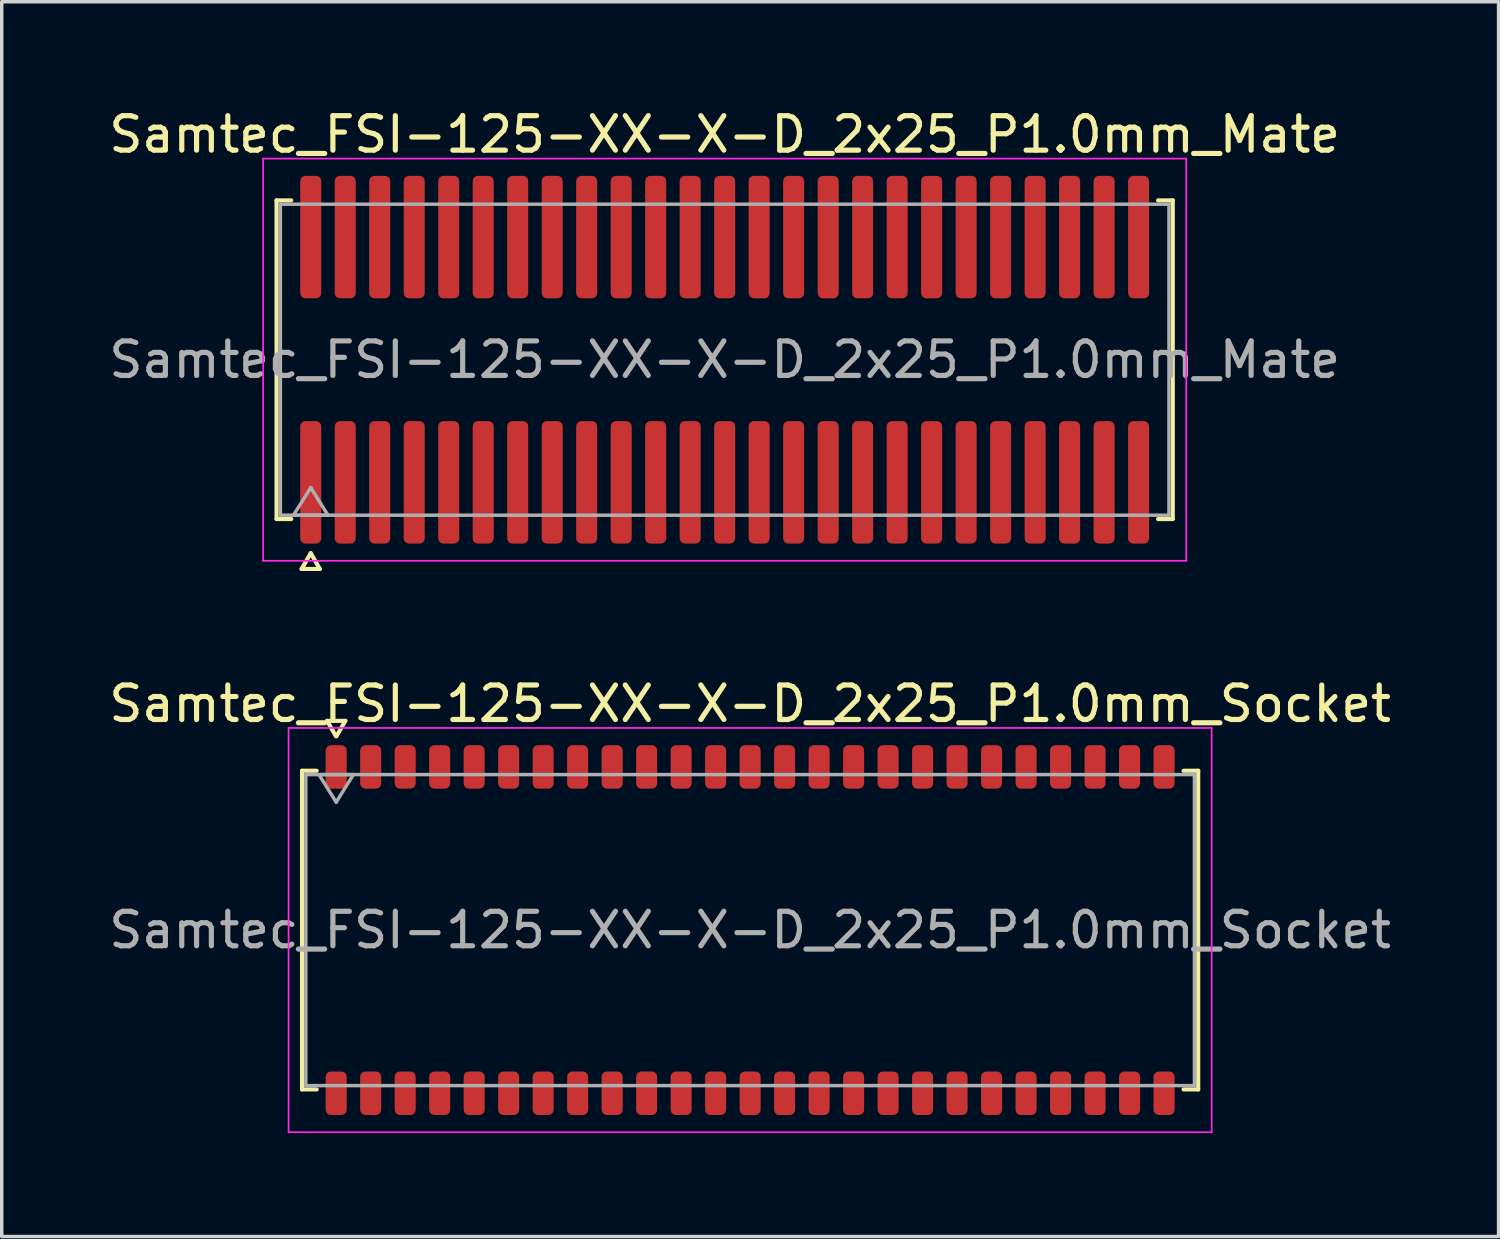
<source format=kicad_pcb>
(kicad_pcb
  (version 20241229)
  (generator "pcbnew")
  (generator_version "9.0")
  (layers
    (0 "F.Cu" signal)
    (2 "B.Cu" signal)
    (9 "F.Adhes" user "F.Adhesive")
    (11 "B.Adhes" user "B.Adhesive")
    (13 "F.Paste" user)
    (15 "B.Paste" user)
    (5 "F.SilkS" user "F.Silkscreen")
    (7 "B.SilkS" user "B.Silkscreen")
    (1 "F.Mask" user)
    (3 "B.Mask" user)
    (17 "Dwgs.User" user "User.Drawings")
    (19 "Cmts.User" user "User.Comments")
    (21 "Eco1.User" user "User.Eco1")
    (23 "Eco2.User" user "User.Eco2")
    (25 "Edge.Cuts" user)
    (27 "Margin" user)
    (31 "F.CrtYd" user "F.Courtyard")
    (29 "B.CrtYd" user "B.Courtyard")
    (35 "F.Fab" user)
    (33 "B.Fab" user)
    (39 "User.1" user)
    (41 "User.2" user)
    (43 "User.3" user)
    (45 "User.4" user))
  (footprint "Samtec_FSI-125-XX-X-D_2x25_P1.0mm_Socket"
    (layer "F.Cu")
    (at 18.696 23.913)
    (property "Reference" "Samtec_FSI-125-XX-X-D_2x25_P1.0mm_Socket" (at 0 -6.56 0) (layer "F.SilkS") (effects (font (size 1 1) (thickness 0.15))))
    (attr smd)
    (fp_line (start -12.99 -4.619) (end -12.565 -4.619) (stroke (width 0.12) (type solid)) (layer "F.SilkS"))
    (fp_line (start -12.99 4.619) (end -12.99 -4.619) (stroke (width 0.12) (type solid)) (layer "F.SilkS"))
    (fp_line (start -12.565 4.619) (end -12.99 4.619) (stroke (width 0.12) (type solid)) (layer "F.SilkS"))
    (fp_line (start -12.264 -6.066) (end -12.007 -5.62) (stroke (width 0.12) (type solid)) (layer "F.SilkS"))
    (fp_line (start -11.993 -5.62) (end -11.736 -6.066) (stroke (width 0.12) (type solid)) (layer "F.SilkS"))
    (fp_line (start -11.736 -6.066) (end -12.264 -6.066) (stroke (width 0.12) (type solid)) (layer "F.SilkS"))
    (fp_line (start 12.565 -4.619) (end 12.99 -4.619) (stroke (width 0.12) (type solid)) (layer "F.SilkS"))
    (fp_line (start 12.99 -4.619) (end 12.99 4.619) (stroke (width 0.12) (type solid)) (layer "F.SilkS"))
    (fp_line (start 12.99 4.619) (end 12.565 4.619) (stroke (width 0.12) (type solid)) (layer "F.SilkS"))
    (fp_line (start -13.38 -5.86) (end -13.38 5.86) (stroke (width 0.05) (type solid)) (layer "F.CrtYd"))
    (fp_line (start -13.38 5.86) (end 13.38 5.86) (stroke (width 0.05) (type solid)) (layer "F.CrtYd"))
    (fp_line (start 13.38 -5.86) (end -13.38 -5.86) (stroke (width 0.05) (type solid)) (layer "F.CrtYd"))
    (fp_line (start 13.38 5.86) (end 13.38 -5.86) (stroke (width 0.05) (type solid)) (layer "F.CrtYd"))
    (fp_line (start -12.88 -4.508) (end 12.88 -4.508) (stroke (width 0.1) (type solid)) (layer "F.Fab"))
    (fp_line (start -12.88 4.508) (end -12.88 -4.508) (stroke (width 0.1) (type solid)) (layer "F.Fab"))
    (fp_line (start -12.5 -4.508) (end -12 -3.708) (stroke (width 0.1) (type solid)) (layer "F.Fab"))
    (fp_line (start -12 -3.708) (end -11.5 -4.508) (stroke (width 0.1) (type solid)) (layer "F.Fab"))
    (fp_line (start -11.5 -4.508) (end -12.5 -4.508) (stroke (width 0.1) (type solid)) (layer "F.Fab"))
    (fp_line (start 12.88 -4.508) (end 12.88 4.508) (stroke (width 0.1) (type solid)) (layer "F.Fab"))
    (fp_line (start 12.88 4.508) (end -12.88 4.508) (stroke (width 0.1) (type solid)) (layer "F.Fab"))
    (fp_text user "${REFERENCE}" (at 0 0 0) (layer "F.Fab") (effects (font (size 1 1) (thickness 0.15))))
    (pad "1" smd roundrect (at -12 -4.73) (size 0.61 1.26) (layers "F.Cu" "F.Mask" "F.Paste") (roundrect_rratio 0.25))
    (pad "2" smd roundrect (at -12 4.73) (size 0.61 1.26) (layers "F.Cu" "F.Mask" "F.Paste") (roundrect_rratio 0.25))
    (pad "3" smd roundrect (at -11 -4.73) (size 0.61 1.26) (layers "F.Cu" "F.Mask" "F.Paste") (roundrect_rratio 0.25))
    (pad "4" smd roundrect (at -11 4.73) (size 0.61 1.26) (layers "F.Cu" "F.Mask" "F.Paste") (roundrect_rratio 0.25))
    (pad "5" smd roundrect (at -10 -4.73) (size 0.61 1.26) (layers "F.Cu" "F.Mask" "F.Paste") (roundrect_rratio 0.25))
    (pad "6" smd roundrect (at -10 4.73) (size 0.61 1.26) (layers "F.Cu" "F.Mask" "F.Paste") (roundrect_rratio 0.25))
    (pad "7" smd roundrect (at -9 -4.73) (size 0.61 1.26) (layers "F.Cu" "F.Mask" "F.Paste") (roundrect_rratio 0.25))
    (pad "8" smd roundrect (at -9 4.73) (size 0.61 1.26) (layers "F.Cu" "F.Mask" "F.Paste") (roundrect_rratio 0.25))
    (pad "9" smd roundrect (at -8 -4.73) (size 0.61 1.26) (layers "F.Cu" "F.Mask" "F.Paste") (roundrect_rratio 0.25))
    (pad "10" smd roundrect (at -8 4.73) (size 0.61 1.26) (layers "F.Cu" "F.Mask" "F.Paste") (roundrect_rratio 0.25))
    (pad "11" smd roundrect (at -7 -4.73) (size 0.61 1.26) (layers "F.Cu" "F.Mask" "F.Paste") (roundrect_rratio 0.25))
    (pad "12" smd roundrect (at -7 4.73) (size 0.61 1.26) (layers "F.Cu" "F.Mask" "F.Paste") (roundrect_rratio 0.25))
    (pad "13" smd roundrect (at -6 -4.73) (size 0.61 1.26) (layers "F.Cu" "F.Mask" "F.Paste") (roundrect_rratio 0.25))
    (pad "14" smd roundrect (at -6 4.73) (size 0.61 1.26) (layers "F.Cu" "F.Mask" "F.Paste") (roundrect_rratio 0.25))
    (pad "15" smd roundrect (at -5 -4.73) (size 0.61 1.26) (layers "F.Cu" "F.Mask" "F.Paste") (roundrect_rratio 0.25))
    (pad "16" smd roundrect (at -5 4.73) (size 0.61 1.26) (layers "F.Cu" "F.Mask" "F.Paste") (roundrect_rratio 0.25))
    (pad "17" smd roundrect (at -4 -4.73) (size 0.61 1.26) (layers "F.Cu" "F.Mask" "F.Paste") (roundrect_rratio 0.25))
    (pad "18" smd roundrect (at -4 4.73) (size 0.61 1.26) (layers "F.Cu" "F.Mask" "F.Paste") (roundrect_rratio 0.25))
    (pad "19" smd roundrect (at -3 -4.73) (size 0.61 1.26) (layers "F.Cu" "F.Mask" "F.Paste") (roundrect_rratio 0.25))
    (pad "20" smd roundrect (at -3 4.73) (size 0.61 1.26) (layers "F.Cu" "F.Mask" "F.Paste") (roundrect_rratio 0.25))
    (pad "21" smd roundrect (at -2 -4.73) (size 0.61 1.26) (layers "F.Cu" "F.Mask" "F.Paste") (roundrect_rratio 0.25))
    (pad "22" smd roundrect (at -2 4.73) (size 0.61 1.26) (layers "F.Cu" "F.Mask" "F.Paste") (roundrect_rratio 0.25))
    (pad "23" smd roundrect (at -1 -4.73) (size 0.61 1.26) (layers "F.Cu" "F.Mask" "F.Paste") (roundrect_rratio 0.25))
    (pad "24" smd roundrect (at -1 4.73) (size 0.61 1.26) (layers "F.Cu" "F.Mask" "F.Paste") (roundrect_rratio 0.25))
    (pad "25" smd roundrect (at 0 -4.73) (size 0.61 1.26) (layers "F.Cu" "F.Mask" "F.Paste") (roundrect_rratio 0.25))
    (pad "26" smd roundrect (at 0 4.73) (size 0.61 1.26) (layers "F.Cu" "F.Mask" "F.Paste") (roundrect_rratio 0.25))
    (pad "27" smd roundrect (at 1 -4.73) (size 0.61 1.26) (layers "F.Cu" "F.Mask" "F.Paste") (roundrect_rratio 0.25))
    (pad "28" smd roundrect (at 1 4.73) (size 0.61 1.26) (layers "F.Cu" "F.Mask" "F.Paste") (roundrect_rratio 0.25))
    (pad "29" smd roundrect (at 2 -4.73) (size 0.61 1.26) (layers "F.Cu" "F.Mask" "F.Paste") (roundrect_rratio 0.25))
    (pad "30" smd roundrect (at 2 4.73) (size 0.61 1.26) (layers "F.Cu" "F.Mask" "F.Paste") (roundrect_rratio 0.25))
    (pad "31" smd roundrect (at 3 -4.73) (size 0.61 1.26) (layers "F.Cu" "F.Mask" "F.Paste") (roundrect_rratio 0.25))
    (pad "32" smd roundrect (at 3 4.73) (size 0.61 1.26) (layers "F.Cu" "F.Mask" "F.Paste") (roundrect_rratio 0.25))
    (pad "33" smd roundrect (at 4 -4.73) (size 0.61 1.26) (layers "F.Cu" "F.Mask" "F.Paste") (roundrect_rratio 0.25))
    (pad "34" smd roundrect (at 4 4.73) (size 0.61 1.26) (layers "F.Cu" "F.Mask" "F.Paste") (roundrect_rratio 0.25))
    (pad "35" smd roundrect (at 5 -4.73) (size 0.61 1.26) (layers "F.Cu" "F.Mask" "F.Paste") (roundrect_rratio 0.25))
    (pad "36" smd roundrect (at 5 4.73) (size 0.61 1.26) (layers "F.Cu" "F.Mask" "F.Paste") (roundrect_rratio 0.25))
    (pad "37" smd roundrect (at 6 -4.73) (size 0.61 1.26) (layers "F.Cu" "F.Mask" "F.Paste") (roundrect_rratio 0.25))
    (pad "38" smd roundrect (at 6 4.73) (size 0.61 1.26) (layers "F.Cu" "F.Mask" "F.Paste") (roundrect_rratio 0.25))
    (pad "39" smd roundrect (at 7 -4.73) (size 0.61 1.26) (layers "F.Cu" "F.Mask" "F.Paste") (roundrect_rratio 0.25))
    (pad "40" smd roundrect (at 7 4.73) (size 0.61 1.26) (layers "F.Cu" "F.Mask" "F.Paste") (roundrect_rratio 0.25))
    (pad "41" smd roundrect (at 8 -4.73) (size 0.61 1.26) (layers "F.Cu" "F.Mask" "F.Paste") (roundrect_rratio 0.25))
    (pad "42" smd roundrect (at 8 4.73) (size 0.61 1.26) (layers "F.Cu" "F.Mask" "F.Paste") (roundrect_rratio 0.25))
    (pad "43" smd roundrect (at 9 -4.73) (size 0.61 1.26) (layers "F.Cu" "F.Mask" "F.Paste") (roundrect_rratio 0.25))
    (pad "44" smd roundrect (at 9 4.73) (size 0.61 1.26) (layers "F.Cu" "F.Mask" "F.Paste") (roundrect_rratio 0.25))
    (pad "45" smd roundrect (at 10 -4.73) (size 0.61 1.26) (layers "F.Cu" "F.Mask" "F.Paste") (roundrect_rratio 0.25))
    (pad "46" smd roundrect (at 10 4.73) (size 0.61 1.26) (layers "F.Cu" "F.Mask" "F.Paste") (roundrect_rratio 0.25))
    (pad "47" smd roundrect (at 11 -4.73) (size 0.61 1.26) (layers "F.Cu" "F.Mask" "F.Paste") (roundrect_rratio 0.25))
    (pad "48" smd roundrect (at 11 4.73) (size 0.61 1.26) (layers "F.Cu" "F.Mask" "F.Paste") (roundrect_rratio 0.25))
    (pad "49" smd roundrect (at 12 -4.73) (size 0.61 1.26) (layers "F.Cu" "F.Mask" "F.Paste") (roundrect_rratio 0.25))
    (pad "50" smd roundrect (at 12 4.73) (size 0.61 1.26) (layers "F.Cu" "F.Mask" "F.Paste") (roundrect_rratio 0.25)))
  (footprint "Samtec_FSI-125-XX-X-D_2x25_P1.0mm_Mate"
    (layer "F.Cu")
    (at 17.958 7.378)
    (property "Reference" "Samtec_FSI-125-XX-X-D_2x25_P1.0mm_Mate" (at 0 -6.53 0) (layer "F.SilkS") (effects (font (size 1 1) (thickness 0.15))))
    (attr smd exclude_from_pos_files exclude_from_bom)
    (fp_line (start -12.99 -4.619) (end -12.565 -4.619) (stroke (width 0.12) (type solid)) (layer "F.SilkS"))
    (fp_line (start -12.99 4.619) (end -12.99 -4.619) (stroke (width 0.12) (type solid)) (layer "F.SilkS"))
    (fp_line (start -12.565 4.619) (end -12.99 4.619) (stroke (width 0.12) (type solid)) (layer "F.SilkS"))
    (fp_line (start -12.264 6.066) (end -12 5.609) (stroke (width 0.12) (type solid)) (layer "F.SilkS"))
    (fp_line (start -12 5.609) (end -11.736 6.066) (stroke (width 0.12) (type solid)) (layer "F.SilkS"))
    (fp_line (start -11.736 6.066) (end -12.264 6.066) (stroke (width 0.12) (type solid)) (layer "F.SilkS"))
    (fp_line (start 12.565 -4.619) (end 12.99 -4.619) (stroke (width 0.12) (type solid)) (layer "F.SilkS"))
    (fp_line (start 12.99 -4.619) (end 12.99 4.619) (stroke (width 0.12) (type solid)) (layer "F.SilkS"))
    (fp_line (start 12.99 4.619) (end 12.565 4.619) (stroke (width 0.12) (type solid)) (layer "F.SilkS"))
    (fp_line (start -13.38 -5.83) (end -13.38 5.83) (stroke (width 0.05) (type solid)) (layer "F.CrtYd"))
    (fp_line (start -13.38 5.83) (end 13.38 5.83) (stroke (width 0.05) (type solid)) (layer "F.CrtYd"))
    (fp_line (start 13.38 -5.83) (end -13.38 -5.83) (stroke (width 0.05) (type solid)) (layer "F.CrtYd"))
    (fp_line (start 13.38 5.83) (end 13.38 -5.83) (stroke (width 0.05) (type solid)) (layer "F.CrtYd"))
    (fp_line (start -12.88 -4.508) (end 12.88 -4.508) (stroke (width 0.1) (type solid)) (layer "F.Fab"))
    (fp_line (start -12.88 4.508) (end -12.88 -4.508) (stroke (width 0.1) (type solid)) (layer "F.Fab"))
    (fp_line (start -12.5 4.508) (end -12 3.708) (stroke (width 0.1) (type solid)) (layer "F.Fab"))
    (fp_line (start -12 3.708) (end -11.5 4.508) (stroke (width 0.1) (type solid)) (layer "F.Fab"))
    (fp_line (start -11.5 4.508) (end -12.5 4.508) (stroke (width 0.1) (type solid)) (layer "F.Fab"))
    (fp_line (start 12.88 -4.508) (end 12.88 4.508) (stroke (width 0.1) (type solid)) (layer "F.Fab"))
    (fp_line (start 12.88 4.508) (end -12.88 4.508) (stroke (width 0.1) (type solid)) (layer "F.Fab"))
    (fp_text user "${REFERENCE}" (at 0 0 0) (layer "F.Fab") (effects (font (size 1 1) (thickness 0.15))))
    (pad "1" smd roundrect (at -12 3.555) (size 0.61 3.55) (layers "F.Cu" "F.Mask") (roundrect_rratio 0.25))
    (pad "2" smd roundrect (at -12 -3.555) (size 0.61 3.55) (layers "F.Cu" "F.Mask") (roundrect_rratio 0.25))
    (pad "3" smd roundrect (at -11 3.555) (size 0.61 3.55) (layers "F.Cu" "F.Mask") (roundrect_rratio 0.25))
    (pad "4" smd roundrect (at -11 -3.555) (size 0.61 3.55) (layers "F.Cu" "F.Mask") (roundrect_rratio 0.25))
    (pad "5" smd roundrect (at -10 3.555) (size 0.61 3.55) (layers "F.Cu" "F.Mask") (roundrect_rratio 0.25))
    (pad "6" smd roundrect (at -10 -3.555) (size 0.61 3.55) (layers "F.Cu" "F.Mask") (roundrect_rratio 0.25))
    (pad "7" smd roundrect (at -9 3.555) (size 0.61 3.55) (layers "F.Cu" "F.Mask") (roundrect_rratio 0.25))
    (pad "8" smd roundrect (at -9 -3.555) (size 0.61 3.55) (layers "F.Cu" "F.Mask") (roundrect_rratio 0.25))
    (pad "9" smd roundrect (at -8 3.555) (size 0.61 3.55) (layers "F.Cu" "F.Mask") (roundrect_rratio 0.25))
    (pad "10" smd roundrect (at -8 -3.555) (size 0.61 3.55) (layers "F.Cu" "F.Mask") (roundrect_rratio 0.25))
    (pad "11" smd roundrect (at -7 3.555) (size 0.61 3.55) (layers "F.Cu" "F.Mask") (roundrect_rratio 0.25))
    (pad "12" smd roundrect (at -7 -3.555) (size 0.61 3.55) (layers "F.Cu" "F.Mask") (roundrect_rratio 0.25))
    (pad "13" smd roundrect (at -6 3.555) (size 0.61 3.55) (layers "F.Cu" "F.Mask") (roundrect_rratio 0.25))
    (pad "14" smd roundrect (at -6 -3.555) (size 0.61 3.55) (layers "F.Cu" "F.Mask") (roundrect_rratio 0.25))
    (pad "15" smd roundrect (at -5 3.555) (size 0.61 3.55) (layers "F.Cu" "F.Mask") (roundrect_rratio 0.25))
    (pad "16" smd roundrect (at -5 -3.555) (size 0.61 3.55) (layers "F.Cu" "F.Mask") (roundrect_rratio 0.25))
    (pad "17" smd roundrect (at -4 3.555) (size 0.61 3.55) (layers "F.Cu" "F.Mask") (roundrect_rratio 0.25))
    (pad "18" smd roundrect (at -4 -3.555) (size 0.61 3.55) (layers "F.Cu" "F.Mask") (roundrect_rratio 0.25))
    (pad "19" smd roundrect (at -3 3.555) (size 0.61 3.55) (layers "F.Cu" "F.Mask") (roundrect_rratio 0.25))
    (pad "20" smd roundrect (at -3 -3.555) (size 0.61 3.55) (layers "F.Cu" "F.Mask") (roundrect_rratio 0.25))
    (pad "21" smd roundrect (at -2 3.555) (size 0.61 3.55) (layers "F.Cu" "F.Mask") (roundrect_rratio 0.25))
    (pad "22" smd roundrect (at -2 -3.555) (size 0.61 3.55) (layers "F.Cu" "F.Mask") (roundrect_rratio 0.25))
    (pad "23" smd roundrect (at -1 3.555) (size 0.61 3.55) (layers "F.Cu" "F.Mask") (roundrect_rratio 0.25))
    (pad "24" smd roundrect (at -1 -3.555) (size 0.61 3.55) (layers "F.Cu" "F.Mask") (roundrect_rratio 0.25))
    (pad "25" smd roundrect (at 0 3.555) (size 0.61 3.55) (layers "F.Cu" "F.Mask") (roundrect_rratio 0.25))
    (pad "26" smd roundrect (at 0 -3.555) (size 0.61 3.55) (layers "F.Cu" "F.Mask") (roundrect_rratio 0.25))
    (pad "27" smd roundrect (at 1 3.555) (size 0.61 3.55) (layers "F.Cu" "F.Mask") (roundrect_rratio 0.25))
    (pad "28" smd roundrect (at 1 -3.555) (size 0.61 3.55) (layers "F.Cu" "F.Mask") (roundrect_rratio 0.25))
    (pad "29" smd roundrect (at 2 3.555) (size 0.61 3.55) (layers "F.Cu" "F.Mask") (roundrect_rratio 0.25))
    (pad "30" smd roundrect (at 2 -3.555) (size 0.61 3.55) (layers "F.Cu" "F.Mask") (roundrect_rratio 0.25))
    (pad "31" smd roundrect (at 3 3.555) (size 0.61 3.55) (layers "F.Cu" "F.Mask") (roundrect_rratio 0.25))
    (pad "32" smd roundrect (at 3 -3.555) (size 0.61 3.55) (layers "F.Cu" "F.Mask") (roundrect_rratio 0.25))
    (pad "33" smd roundrect (at 4 3.555) (size 0.61 3.55) (layers "F.Cu" "F.Mask") (roundrect_rratio 0.25))
    (pad "34" smd roundrect (at 4 -3.555) (size 0.61 3.55) (layers "F.Cu" "F.Mask") (roundrect_rratio 0.25))
    (pad "35" smd roundrect (at 5 3.555) (size 0.61 3.55) (layers "F.Cu" "F.Mask") (roundrect_rratio 0.25))
    (pad "36" smd roundrect (at 5 -3.555) (size 0.61 3.55) (layers "F.Cu" "F.Mask") (roundrect_rratio 0.25))
    (pad "37" smd roundrect (at 6 3.555) (size 0.61 3.55) (layers "F.Cu" "F.Mask") (roundrect_rratio 0.25))
    (pad "38" smd roundrect (at 6 -3.555) (size 0.61 3.55) (layers "F.Cu" "F.Mask") (roundrect_rratio 0.25))
    (pad "39" smd roundrect (at 7 3.555) (size 0.61 3.55) (layers "F.Cu" "F.Mask") (roundrect_rratio 0.25))
    (pad "40" smd roundrect (at 7 -3.555) (size 0.61 3.55) (layers "F.Cu" "F.Mask") (roundrect_rratio 0.25))
    (pad "41" smd roundrect (at 8 3.555) (size 0.61 3.55) (layers "F.Cu" "F.Mask") (roundrect_rratio 0.25))
    (pad "42" smd roundrect (at 8 -3.555) (size 0.61 3.55) (layers "F.Cu" "F.Mask") (roundrect_rratio 0.25))
    (pad "43" smd roundrect (at 9 3.555) (size 0.61 3.55) (layers "F.Cu" "F.Mask") (roundrect_rratio 0.25))
    (pad "44" smd roundrect (at 9 -3.555) (size 0.61 3.55) (layers "F.Cu" "F.Mask") (roundrect_rratio 0.25))
    (pad "45" smd roundrect (at 10 3.555) (size 0.61 3.55) (layers "F.Cu" "F.Mask") (roundrect_rratio 0.25))
    (pad "46" smd roundrect (at 10 -3.555) (size 0.61 3.55) (layers "F.Cu" "F.Mask") (roundrect_rratio 0.25))
    (pad "47" smd roundrect (at 11 3.555) (size 0.61 3.55) (layers "F.Cu" "F.Mask") (roundrect_rratio 0.25))
    (pad "48" smd roundrect (at 11 -3.555) (size 0.61 3.55) (layers "F.Cu" "F.Mask") (roundrect_rratio 0.25))
    (pad "49" smd roundrect (at 12 3.555) (size 0.61 3.55) (layers "F.Cu" "F.Mask") (roundrect_rratio 0.25))
    (pad "50" smd roundrect (at 12 -3.555) (size 0.61 3.55) (layers "F.Cu" "F.Mask") (roundrect_rratio 0.25)))
  (gr_rect
    (start -3 -3)
    (end 40.393 32.797)
    (stroke (width 0.1) (type default))
    (fill no)
    (layer "Edge.Cuts")))
</source>
